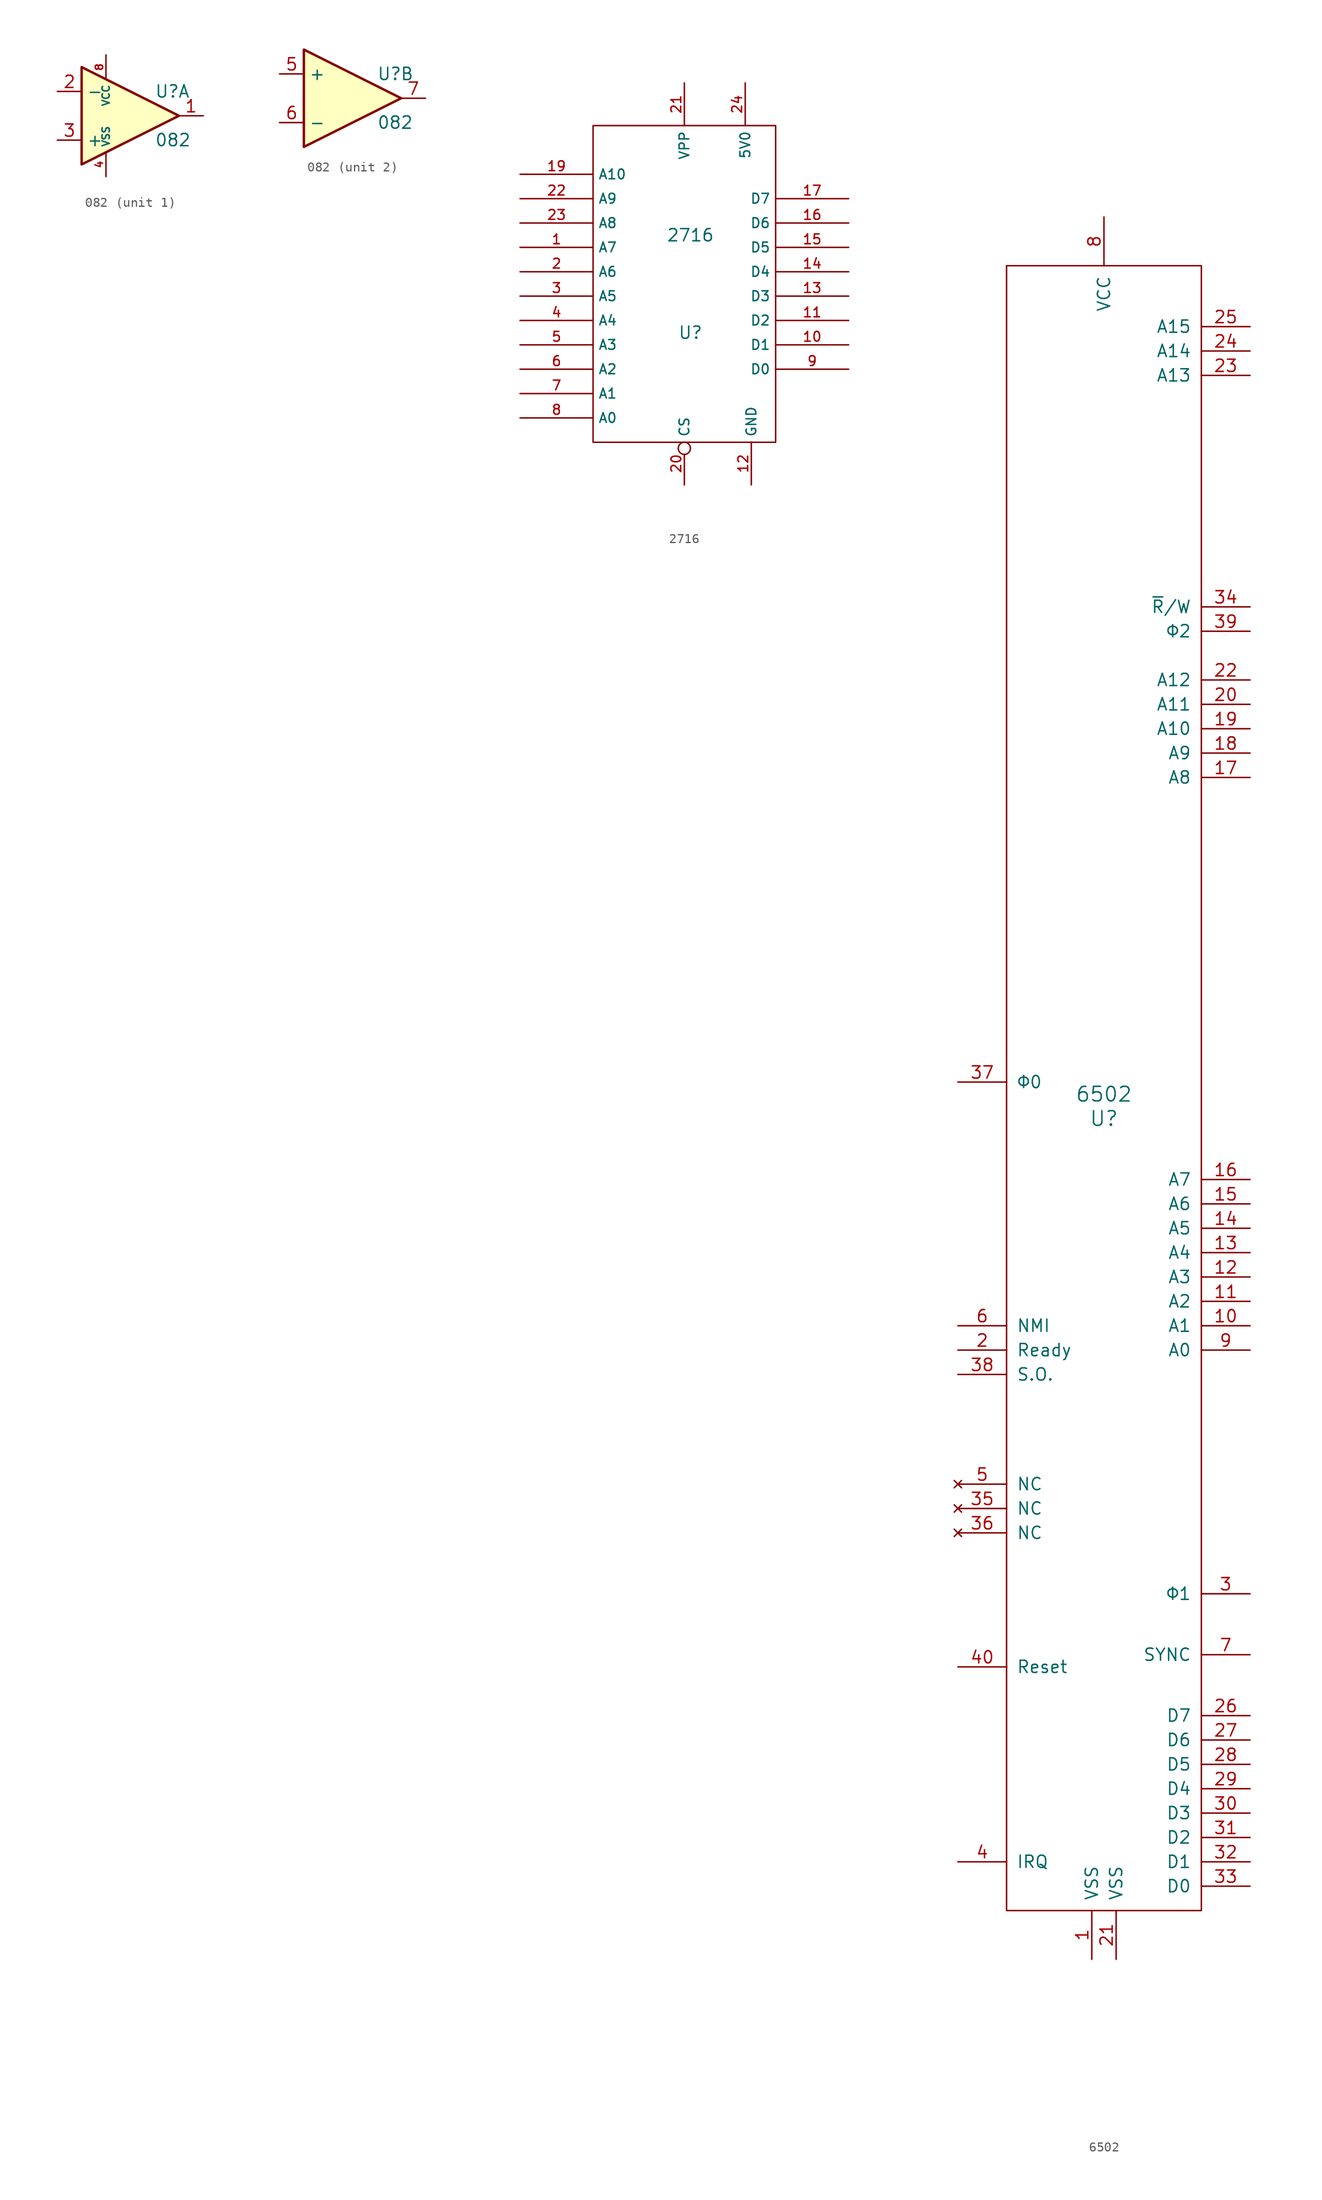
<source format=kicad_sym>
(kicad_symbol_lib
  (version 20211014)
  (generator kicad_symbol_editor)
  (symbol "082"
    (property "Reference" "U"
      (at 2.54 2.54 0)
      (effects (font (size 1.27 1.27)) (justify left)))
    (property "Value" "082"
      (at 2.54 -2.54 0)
      (effects (font (size 1.27 1.27)) (justify left)))
    (symbol "082_0_1"
      (polyline (pts (xy -5.08 -5.08) (xy 5.08 0) (xy -5.08 5.08) (xy -5.08 -5.08)) (stroke (width 0.254) (type default) (color 0 0 0 0)) (fill (type background))))
    (symbol "082_1_1"
      (pin output line (at 7.62 0 180) (length 2.54) (name "~" (effects (font (size 1.27 1.27)))) (number "1" (effects (font (size 1.27 1.27)))))
      (pin input line (at -7.62 2.54 0) (length 2.54) (name "-" (effects (font (size 1.27 1.27)))) (number "2" (effects (font (size 1.27 1.27)))))
      (pin input line (at -7.62 -2.54 0) (length 2.54) (name "+" (effects (font (size 1.27 1.27)))) (number "3" (effects (font (size 1.27 1.27)))))
      (pin power_in line (at -2.54 -6.35 90) (length 2.54) (name "VSS" (effects (font (size 0.762 0.762)))) (number "4" (effects (font (size 0.762 0.762)))))
      (pin power_in line (at -2.54 6.35 270) (length 2.54) (name "VCC" (effects (font (size 0.762 0.762)))) (number "8" (effects (font (size 0.762 0.762))))))
    (symbol "082_2_1"
      (pin input line (at -7.62 2.54 0) (length 2.54) (name "+" (effects (font (size 1.27 1.27)))) (number "5" (effects (font (size 1.27 1.27)))))
      (pin input line (at -7.62 -2.54 0) (length 2.54) (name "-" (effects (font (size 1.27 1.27)))) (number "6" (effects (font (size 1.27 1.27)))))
      (pin output line (at 7.62 0 180) (length 2.54) (name "~" (effects (font (size 1.27 1.27)))) (number "7" (effects (font (size 1.27 1.27)))))))
  (symbol "2716"
    (property "Reference" "U"
      (at 0 -3.81 0)
      (effects (font (size 1.27 1.27))))
    (property "Value" "2716"
      (at 0 6.35 0)
      (effects (font (size 1.27 1.27))))
    (symbol "2716_0_1"
      (polyline (pts (xy -10.16 17.78) (xy 8.89 17.78) (xy 8.89 -15.24) (xy -10.16 -15.24) (xy -10.16 17.78)) (stroke (width 0) (type default) (color 0 0 0 0)) (fill (type none))))
    (symbol "2716_1_0"
      (pin bidirectional line (at -17.78 5.08 0) (length 7.62) (name "A7" (effects (font (size 1.016 1.016)))) (number "1" (effects (font (size 1.016 1.016)))))
      (pin bidirectional line (at 16.51 -5.08 180) (length 7.62) (name "D1" (effects (font (size 1.016 1.016)))) (number "10" (effects (font (size 1.016 1.016)))))
      (pin bidirectional line (at 16.51 -2.54 180) (length 7.62) (name "D2" (effects (font (size 1.016 1.016)))) (number "11" (effects (font (size 1.016 1.016)))))
      (pin power_in line (at 6.35 -19.685 90) (length 4.45) (name "GND" (effects (font (size 1.016 1.016)))) (number "12" (effects (font (size 1.016 1.016)))))
      (pin bidirectional line (at 16.51 0 180) (length 7.62) (name "D3" (effects (font (size 1.016 1.016)))) (number "13" (effects (font (size 1.016 1.016)))))
      (pin bidirectional line (at 16.51 2.54 180) (length 7.62) (name "D4" (effects (font (size 1.016 1.016)))) (number "14" (effects (font (size 1.016 1.016)))))
      (pin bidirectional line (at 16.51 5.08 180) (length 7.62) (name "D5" (effects (font (size 1.016 1.016)))) (number "15" (effects (font (size 1.016 1.016)))))
      (pin bidirectional line (at 16.51 7.62 180) (length 7.62) (name "D6" (effects (font (size 1.016 1.016)))) (number "16" (effects (font (size 1.016 1.016)))))
      (pin bidirectional line (at 16.51 10.16 180) (length 7.62) (name "D7" (effects (font (size 1.016 1.016)))) (number "17" (effects (font (size 1.016 1.016)))))
      (pin bidirectional line (at -17.78 12.7 0) (length 7.62) (name "A10" (effects (font (size 1.016 1.016)))) (number "19" (effects (font (size 1.016 1.016)))))
      (pin bidirectional line (at -17.78 2.54 0) (length 7.62) (name "A6" (effects (font (size 1.016 1.016)))) (number "2" (effects (font (size 1.016 1.016)))))
      (pin input inverted (at -0.635 -19.685 90) (length 4.45) (name "CS" (effects (font (size 1.016 1.016)))) (number "20" (effects (font (size 1.016 1.016)))))
      (pin input line (at -0.635 22.225 270) (length 4.45) (name "VPP" (effects (font (size 1.016 1.016)))) (number "21" (effects (font (size 1.016 1.016)))))
      (pin bidirectional line (at -17.78 10.16 0) (length 7.62) (name "A9" (effects (font (size 1.016 1.016)))) (number "22" (effects (font (size 1.016 1.016)))))
      (pin bidirectional line (at -17.78 7.62 0) (length 7.62) (name "A8" (effects (font (size 1.016 1.016)))) (number "23" (effects (font (size 1.016 1.016)))))
      (pin power_in line (at 5.715 22.225 270) (length 4.45) (name "5V0" (effects (font (size 1.016 1.016)))) (number "24" (effects (font (size 1.016 1.016)))))
      (pin bidirectional line (at -17.78 0 0) (length 7.62) (name "A5" (effects (font (size 1.016 1.016)))) (number "3" (effects (font (size 1.016 1.016)))))
      (pin bidirectional line (at -17.78 -2.54 0) (length 7.62) (name "A4" (effects (font (size 1.016 1.016)))) (number "4" (effects (font (size 1.016 1.016)))))
      (pin bidirectional line (at -17.78 -5.08 0) (length 7.62) (name "A3" (effects (font (size 1.016 1.016)))) (number "5" (effects (font (size 1.016 1.016)))))
      (pin bidirectional line (at -17.78 -7.62 0) (length 7.62) (name "A2" (effects (font (size 1.016 1.016)))) (number "6" (effects (font (size 1.016 1.016)))))
      (pin bidirectional line (at -17.78 -10.16 0) (length 7.62) (name "A1" (effects (font (size 1.016 1.016)))) (number "7" (effects (font (size 1.016 1.016)))))
      (pin bidirectional line (at -17.78 -12.7 0) (length 7.62) (name "A0" (effects (font (size 1.016 1.016)))) (number "8" (effects (font (size 1.016 1.016)))))
      (pin bidirectional line (at 16.51 -7.62 180) (length 7.62) (name "D0" (effects (font (size 1.016 1.016)))) (number "9" (effects (font (size 1.016 1.016)))))))
  (symbol "6502"
    (pin_names
      (offset 1.016))
    (property "Reference" "U"
      (at 0 11.43 0)
      (effects (font (size 1.524 1.524))))
    (property "Value" "6502"
      (at 0 13.97 0)
      (effects (font (size 1.524 1.524))))
    (symbol "6502_0_1"
      (rectangle (start -10.16 100.33) (end 10.16 -71.12) (stroke (width 0) (type default) (color 0 0 0 0)) (fill (type none))))
    (symbol "6502_1_1"
      (pin power_in line (at -1.27 -76.2 90) (length 5.08) (name "VSS" (effects (font (size 1.27 1.27)))) (number "1" (effects (font (size 1.27 1.27)))))
      (pin output line (at 15.24 -10.16 180) (length 5.08) (name "A1" (effects (font (size 1.27 1.27)))) (number "10" (effects (font (size 1.27 1.27)))))
      (pin output line (at 15.24 -7.62 180) (length 5.08) (name "A2" (effects (font (size 1.27 1.27)))) (number "11" (effects (font (size 1.27 1.27)))))
      (pin output line (at 15.24 -5.08 180) (length 5.08) (name "A3" (effects (font (size 1.27 1.27)))) (number "12" (effects (font (size 1.27 1.27)))))
      (pin output line (at 15.24 -2.54 180) (length 5.08) (name "A4" (effects (font (size 1.27 1.27)))) (number "13" (effects (font (size 1.27 1.27)))))
      (pin output line (at 15.24 0 180) (length 5.08) (name "A5" (effects (font (size 1.27 1.27)))) (number "14" (effects (font (size 1.27 1.27)))))
      (pin output line (at 15.24 2.54 180) (length 5.08) (name "A6" (effects (font (size 1.27 1.27)))) (number "15" (effects (font (size 1.27 1.27)))))
      (pin output line (at 15.24 5.08 180) (length 5.08) (name "A7" (effects (font (size 1.27 1.27)))) (number "16" (effects (font (size 1.27 1.27)))))
      (pin output line (at 15.24 46.99 180) (length 5.08) (name "A8" (effects (font (size 1.27 1.27)))) (number "17" (effects (font (size 1.27 1.27)))))
      (pin output line (at 15.24 49.53 180) (length 5.08) (name "A9" (effects (font (size 1.27 1.27)))) (number "18" (effects (font (size 1.27 1.27)))))
      (pin output line (at 15.24 52.07 180) (length 5.08) (name "A10" (effects (font (size 1.27 1.27)))) (number "19" (effects (font (size 1.27 1.27)))))
      (pin input line (at -15.24 -12.7 0) (length 5.08) (name "Ready" (effects (font (size 1.27 1.27)))) (number "2" (effects (font (size 1.27 1.27)))))
      (pin output line (at 15.24 54.61 180) (length 5.08) (name "A11" (effects (font (size 1.27 1.27)))) (number "20" (effects (font (size 1.27 1.27)))))
      (pin power_in line (at 1.27 -76.2 90) (length 5.08) (name "VSS" (effects (font (size 1.27 1.27)))) (number "21" (effects (font (size 1.27 1.27)))))
      (pin output line (at 15.24 57.15 180) (length 5.08) (name "A12" (effects (font (size 1.27 1.27)))) (number "22" (effects (font (size 1.27 1.27)))))
      (pin output line (at 15.24 88.9 180) (length 5.08) (name "A13" (effects (font (size 1.27 1.27)))) (number "23" (effects (font (size 1.27 1.27)))))
      (pin output line (at 15.24 91.44 180) (length 5.08) (name "A14" (effects (font (size 1.27 1.27)))) (number "24" (effects (font (size 1.27 1.27)))))
      (pin output line (at 15.24 93.98 180) (length 5.08) (name "A15" (effects (font (size 1.27 1.27)))) (number "25" (effects (font (size 1.27 1.27)))))
      (pin bidirectional line (at 15.24 -50.8 180) (length 5.08) (name "D7" (effects (font (size 1.27 1.27)))) (number "26" (effects (font (size 1.27 1.27)))))
      (pin bidirectional line (at 15.24 -53.34 180) (length 5.08) (name "D6" (effects (font (size 1.27 1.27)))) (number "27" (effects (font (size 1.27 1.27)))))
      (pin bidirectional line (at 15.24 -55.88 180) (length 5.08) (name "D5" (effects (font (size 1.27 1.27)))) (number "28" (effects (font (size 1.27 1.27)))))
      (pin bidirectional line (at 15.24 -58.42 180) (length 5.08) (name "D4" (effects (font (size 1.27 1.27)))) (number "29" (effects (font (size 1.27 1.27)))))
      (pin output line (at 15.24 -38.1 180) (length 5.08) (name "Φ1" (effects (font (size 1.27 1.27)))) (number "3" (effects (font (size 1.27 1.27)))))
      (pin bidirectional line (at 15.24 -60.96 180) (length 5.08) (name "D3" (effects (font (size 1.27 1.27)))) (number "30" (effects (font (size 1.27 1.27)))))
      (pin bidirectional line (at 15.24 -63.5 180) (length 5.08) (name "D2" (effects (font (size 1.27 1.27)))) (number "31" (effects (font (size 1.27 1.27)))))
      (pin bidirectional line (at 15.24 -66.04 180) (length 5.08) (name "D1" (effects (font (size 1.27 1.27)))) (number "32" (effects (font (size 1.27 1.27)))))
      (pin bidirectional line (at 15.24 -68.58 180) (length 5.08) (name "D0" (effects (font (size 1.27 1.27)))) (number "33" (effects (font (size 1.27 1.27)))))
      (pin output line (at 15.24 64.77 180) (length 5.08) (name "~{R}/W" (effects (font (size 1.27 1.27)))) (number "34" (effects (font (size 1.27 1.27)))))
      (pin no_connect line (at -15.24 -29.21 0) (length 5.08) (name "NC" (effects (font (size 1.27 1.27)))) (number "35" (effects (font (size 1.27 1.27)))))
      (pin no_connect line (at -15.24 -31.75 0) (length 5.08) (name "NC" (effects (font (size 1.27 1.27)))) (number "36" (effects (font (size 1.27 1.27)))))
      (pin input line (at -15.24 15.24 0) (length 5.08) (name "Φ0" (effects (font (size 1.27 1.27)))) (number "37" (effects (font (size 1.27 1.27)))))
      (pin input line (at -15.24 -15.24 0) (length 5.08) (name "S.O." (effects (font (size 1.27 1.27)))) (number "38" (effects (font (size 1.27 1.27)))))
      (pin output line (at 15.24 62.23 180) (length 5.08) (name "Φ2" (effects (font (size 1.27 1.27)))) (number "39" (effects (font (size 1.27 1.27)))))
      (pin input line (at -15.24 -66.04 0) (length 5.08) (name "IRQ" (effects (font (size 1.27 1.27)))) (number "4" (effects (font (size 1.27 1.27)))))
      (pin input line (at -15.24 -45.72 0) (length 5.08) (name "Reset" (effects (font (size 1.27 1.27)))) (number "40" (effects (font (size 1.27 1.27)))))
      (pin no_connect line (at -15.24 -26.67 0) (length 5.08) (name "NC" (effects (font (size 1.27 1.27)))) (number "5" (effects (font (size 1.27 1.27)))))
      (pin input line (at -15.24 -10.16 0) (length 5.08) (name "NMI" (effects (font (size 1.27 1.27)))) (number "6" (effects (font (size 1.27 1.27)))))
      (pin output line (at 15.24 -44.45 180) (length 5.08) (name "SYNC" (effects (font (size 1.27 1.27)))) (number "7" (effects (font (size 1.27 1.27)))))
      (pin power_in line (at 0 105.41 270) (length 5.08) (name "VCC" (effects (font (size 1.27 1.27)))) (number "8" (effects (font (size 1.27 1.27)))))
      (pin output line (at 15.24 -12.7 180) (length 5.08) (name "A0" (effects (font (size 1.27 1.27)))) (number "9" (effects (font (size 1.27 1.27))))))))
</source>
